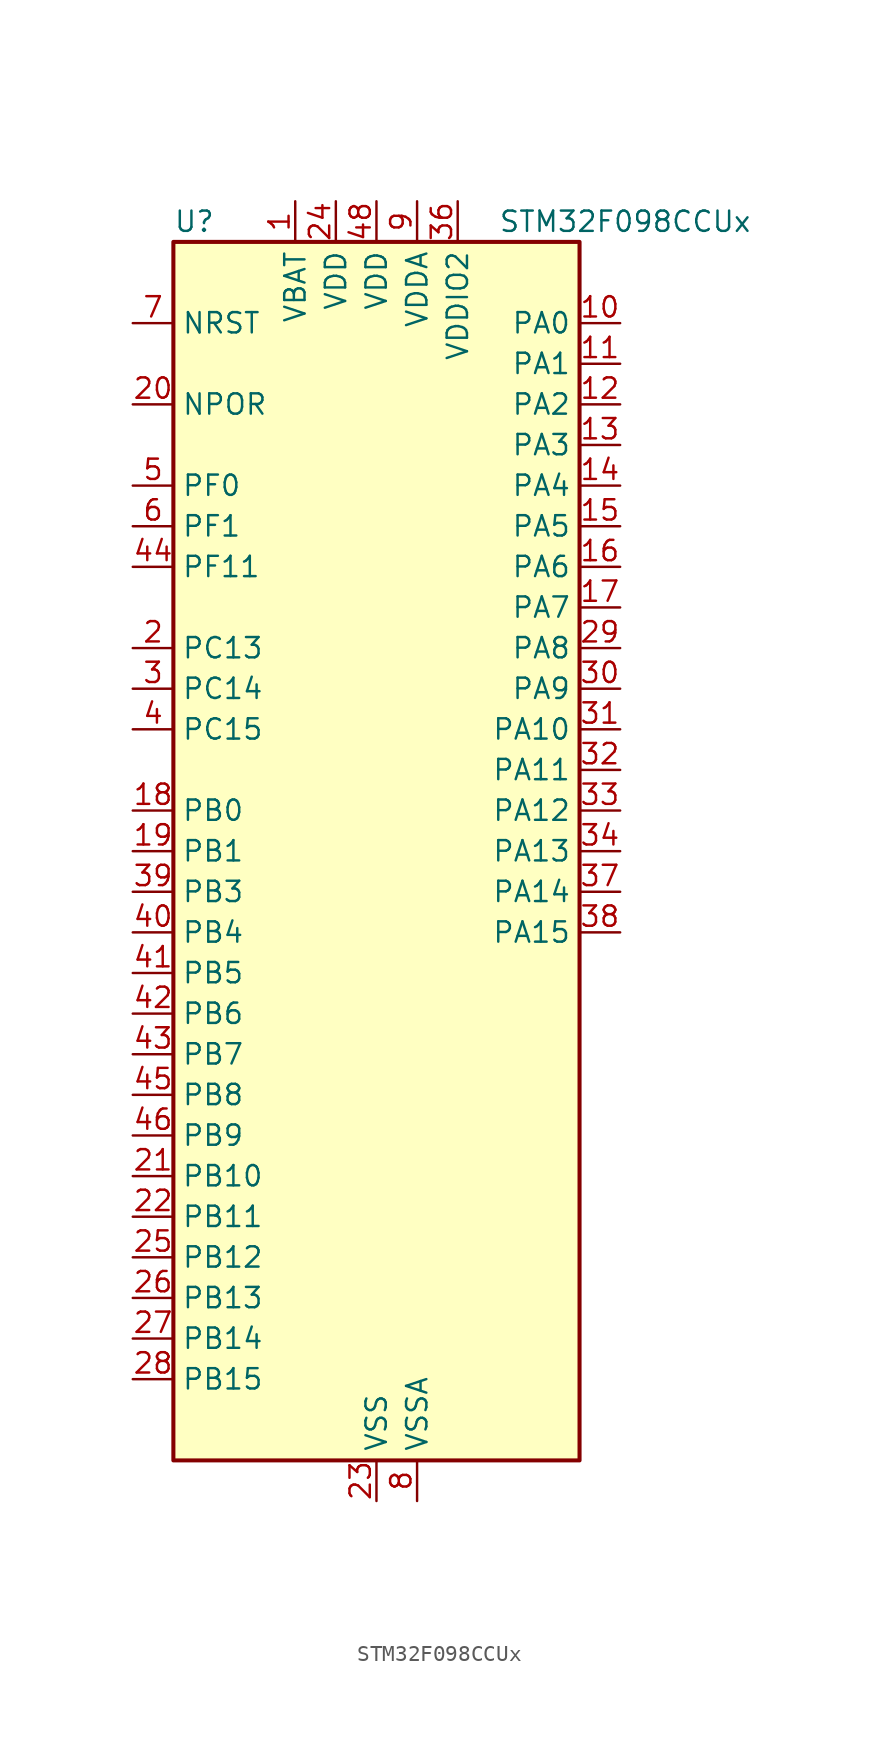
<source format=kicad_sym>
(kicad_symbol_lib
  (version 20241209)
  (generator "kicad_symbol_editor")
  (generator_version "9.0")
  (symbol "STM32F098CCUx"
    (property "Reference" "U"
      (at -12.7 39.37 0)
      (effects (font (size 1.27 1.27)) (justify left)))
    (property "Value" "STM32F098CCUx"
      (at 7.62 39.37 0)
      (effects (font (size 1.27 1.27)) (justify left)))
    (symbol "STM32F098CCUx_0_1"
      (rectangle (start -12.7 -38.1) (end 12.7 38.1) (stroke (width 0.254) (type default)) (fill (type background))))
    (symbol "STM32F098CCUx_1_1"
      (pin input line (at -15.24 33.02 0) (length 2.54) (name "NRST" (effects (font (size 1.27 1.27)))) (number "7" (effects (font (size 1.27 1.27)))))
      (pin input line (at -15.24 27.94 0) (length 2.54) (name "NPOR" (effects (font (size 1.27 1.27)))) (number "20" (effects (font (size 1.27 1.27)))))
      (pin bidirectional line (at -15.24 22.86 0) (length 2.54) (name "PF0" (effects (font (size 1.27 1.27)))) (number "5" (effects (font (size 1.27 1.27)))) (alternate "CRS_SYNC" bidirectional line) (alternate "I2C1_SDA" bidirectional line) (alternate "RCC_OSC_IN" bidirectional line))
      (pin bidirectional line (at -15.24 20.32 0) (length 2.54) (name "PF1" (effects (font (size 1.27 1.27)))) (number "6" (effects (font (size 1.27 1.27)))) (alternate "I2C1_SCL" bidirectional line) (alternate "RCC_OSC_OUT" bidirectional line))
      (pin bidirectional line (at -15.24 17.78 0) (length 2.54) (name "PF11" (effects (font (size 1.27 1.27)))) (number "44" (effects (font (size 1.27 1.27)))))
      (pin bidirectional line (at -15.24 12.7 0) (length 2.54) (name "PC13" (effects (font (size 1.27 1.27)))) (number "2" (effects (font (size 1.27 1.27)))) (alternate "RTC_OUT_ALARM" bidirectional line) (alternate "RTC_OUT_CALIB" bidirectional line) (alternate "RTC_TAMP1" bidirectional line) (alternate "RTC_TS" bidirectional line) (alternate "SYS_WKUP2" bidirectional line))
      (pin bidirectional line (at -15.24 10.16 0) (length 2.54) (name "PC14" (effects (font (size 1.27 1.27)))) (number "3" (effects (font (size 1.27 1.27)))) (alternate "RCC_OSC32_IN" bidirectional line))
      (pin bidirectional line (at -15.24 7.62 0) (length 2.54) (name "PC15" (effects (font (size 1.27 1.27)))) (number "4" (effects (font (size 1.27 1.27)))) (alternate "RCC_OSC32_OUT" bidirectional line))
      (pin bidirectional line (at -15.24 2.54 0) (length 2.54) (name "PB0" (effects (font (size 1.27 1.27)))) (number "18" (effects (font (size 1.27 1.27)))) (alternate "ADC_IN8" bidirectional line) (alternate "TIM1_CH2N" bidirectional line) (alternate "TIM3_CH3" bidirectional line) (alternate "TSC_G3_IO2" bidirectional line) (alternate "USART3_CK" bidirectional line))
      (pin bidirectional line (at -15.24 0 0) (length 2.54) (name "PB1" (effects (font (size 1.27 1.27)))) (number "19" (effects (font (size 1.27 1.27)))) (alternate "ADC_IN9" bidirectional line) (alternate "TIM14_CH1" bidirectional line) (alternate "TIM1_CH3N" bidirectional line) (alternate "TIM3_CH4" bidirectional line) (alternate "TSC_G3_IO3" bidirectional line) (alternate "USART3_DE" bidirectional line) (alternate "USART3_RTS" bidirectional line))
      (pin bidirectional line (at -15.24 -2.54 0) (length 2.54) (name "PB3" (effects (font (size 1.27 1.27)))) (number "39" (effects (font (size 1.27 1.27)))) (alternate "I2S1_CK" bidirectional line) (alternate "SPI1_SCK" bidirectional line) (alternate "TIM2_CH2" bidirectional line) (alternate "TSC_G5_IO1" bidirectional line) (alternate "USART5_TX" bidirectional line))
      (pin bidirectional line (at -15.24 -5.08 0) (length 2.54) (name "PB4" (effects (font (size 1.27 1.27)))) (number "40" (effects (font (size 1.27 1.27)))) (alternate "I2S1_MCK" bidirectional line) (alternate "SPI1_MISO" bidirectional line) (alternate "TIM17_BKIN" bidirectional line) (alternate "TIM3_CH1" bidirectional line) (alternate "TSC_G5_IO2" bidirectional line) (alternate "USART5_RX" bidirectional line))
      (pin bidirectional line (at -15.24 -7.62 0) (length 2.54) (name "PB5" (effects (font (size 1.27 1.27)))) (number "41" (effects (font (size 1.27 1.27)))) (alternate "I2C1_SMBA" bidirectional line) (alternate "I2S1_SD" bidirectional line) (alternate "SPI1_MOSI" bidirectional line) (alternate "SYS_WKUP6" bidirectional line) (alternate "TIM16_BKIN" bidirectional line) (alternate "TIM3_CH2" bidirectional line) (alternate "USART5_CK" bidirectional line) (alternate "USART5_DE" bidirectional line) (alternate "USART5_RTS" bidirectional line))
      (pin bidirectional line (at -15.24 -10.16 0) (length 2.54) (name "PB6" (effects (font (size 1.27 1.27)))) (number "42" (effects (font (size 1.27 1.27)))) (alternate "I2C1_SCL" bidirectional line) (alternate "TIM16_CH1N" bidirectional line) (alternate "TSC_G5_IO3" bidirectional line) (alternate "USART1_TX" bidirectional line))
      (pin bidirectional line (at -15.24 -12.7 0) (length 2.54) (name "PB7" (effects (font (size 1.27 1.27)))) (number "43" (effects (font (size 1.27 1.27)))) (alternate "I2C1_SDA" bidirectional line) (alternate "TIM17_CH1N" bidirectional line) (alternate "TSC_G5_IO4" bidirectional line) (alternate "USART1_RX" bidirectional line) (alternate "USART4_CTS" bidirectional line))
      (pin bidirectional line (at -15.24 -15.24 0) (length 2.54) (name "PB8" (effects (font (size 1.27 1.27)))) (number "45" (effects (font (size 1.27 1.27)))) (alternate "CAN_RX" bidirectional line) (alternate "CEC" bidirectional line) (alternate "I2C1_SCL" bidirectional line) (alternate "TIM16_CH1" bidirectional line) (alternate "TSC_SYNC" bidirectional line))
      (pin bidirectional line (at -15.24 -17.78 0) (length 2.54) (name "PB9" (effects (font (size 1.27 1.27)))) (number "46" (effects (font (size 1.27 1.27)))) (alternate "CAN_TX" bidirectional line) (alternate "DAC_EXTI9" bidirectional line) (alternate "I2C1_SDA" bidirectional line) (alternate "I2S2_WS" bidirectional line) (alternate "IR_OUT" bidirectional line) (alternate "SPI2_NSS" bidirectional line) (alternate "TIM17_CH1" bidirectional line))
      (pin bidirectional line (at -15.24 -20.32 0) (length 2.54) (name "PB10" (effects (font (size 1.27 1.27)))) (number "21" (effects (font (size 1.27 1.27)))) (alternate "CEC" bidirectional line) (alternate "I2C2_SCL" bidirectional line) (alternate "I2S2_CK" bidirectional line) (alternate "SPI2_SCK" bidirectional line) (alternate "TIM2_CH3" bidirectional line) (alternate "TSC_SYNC" bidirectional line) (alternate "USART3_TX" bidirectional line))
      (pin bidirectional line (at -15.24 -22.86 0) (length 2.54) (name "PB11" (effects (font (size 1.27 1.27)))) (number "22" (effects (font (size 1.27 1.27)))) (alternate "I2C2_SDA" bidirectional line) (alternate "TIM2_CH4" bidirectional line) (alternate "TSC_G6_IO1" bidirectional line) (alternate "USART3_RX" bidirectional line))
      (pin bidirectional line (at -15.24 -25.4 0) (length 2.54) (name "PB12" (effects (font (size 1.27 1.27)))) (number "25" (effects (font (size 1.27 1.27)))) (alternate "I2S2_WS" bidirectional line) (alternate "SPI2_NSS" bidirectional line) (alternate "TIM15_BKIN" bidirectional line) (alternate "TIM1_BKIN" bidirectional line) (alternate "TSC_G6_IO2" bidirectional line) (alternate "USART3_CK" bidirectional line))
      (pin bidirectional line (at -15.24 -27.94 0) (length 2.54) (name "PB13" (effects (font (size 1.27 1.27)))) (number "26" (effects (font (size 1.27 1.27)))) (alternate "I2C2_SCL" bidirectional line) (alternate "I2S2_CK" bidirectional line) (alternate "SPI2_SCK" bidirectional line) (alternate "TIM1_CH1N" bidirectional line) (alternate "TSC_G6_IO3" bidirectional line) (alternate "USART3_CTS" bidirectional line))
      (pin bidirectional line (at -15.24 -30.48 0) (length 2.54) (name "PB14" (effects (font (size 1.27 1.27)))) (number "27" (effects (font (size 1.27 1.27)))) (alternate "I2C2_SDA" bidirectional line) (alternate "I2S2_MCK" bidirectional line) (alternate "SPI2_MISO" bidirectional line) (alternate "TIM15_CH1" bidirectional line) (alternate "TIM1_CH2N" bidirectional line) (alternate "TSC_G6_IO4" bidirectional line) (alternate "USART3_DE" bidirectional line) (alternate "USART3_RTS" bidirectional line))
      (pin bidirectional line (at -15.24 -33.02 0) (length 2.54) (name "PB15" (effects (font (size 1.27 1.27)))) (number "28" (effects (font (size 1.27 1.27)))) (alternate "I2S2_SD" bidirectional line) (alternate "RTC_REFIN" bidirectional line) (alternate "SPI2_MOSI" bidirectional line) (alternate "SYS_WKUP7" bidirectional line) (alternate "TIM15_CH1N" bidirectional line) (alternate "TIM15_CH2" bidirectional line) (alternate "TIM1_CH3N" bidirectional line))
      (pin power_in line (at -5.08 40.64 270) (length 2.54) (name "VBAT" (effects (font (size 1.27 1.27)))) (number "1" (effects (font (size 1.27 1.27)))))
      (pin power_in line (at -2.54 40.64 270) (length 2.54) (name "VDD" (effects (font (size 1.27 1.27)))) (number "24" (effects (font (size 1.27 1.27)))))
      (pin power_in line (at 0 40.64 270) (length 2.54) (name "VDD" (effects (font (size 1.27 1.27)))) (number "48" (effects (font (size 1.27 1.27)))))
      (pin power_in line (at 0 -40.64 90) (length 2.54) (name "VSS" (effects (font (size 1.27 1.27)))) (number "23" (effects (font (size 1.27 1.27)))))
      (pin passive line (at 0 -40.64 90) (length 2.54) (hide yes) (name "VSS" (effects (font (size 1.27 1.27)))) (number "35" (effects (font (size 1.27 1.27)))))
      (pin passive line (at 0 -40.64 90) (length 2.54) (hide yes) (name "VSS" (effects (font (size 1.27 1.27)))) (number "47" (effects (font (size 1.27 1.27)))))
      (pin passive line (at 0 -40.64 90) (length 2.54) (hide yes) (name "VSS" (effects (font (size 1.27 1.27)))) (number "49" (effects (font (size 1.27 1.27)))))
      (pin power_in line (at 2.54 40.64 270) (length 2.54) (name "VDDA" (effects (font (size 1.27 1.27)))) (number "9" (effects (font (size 1.27 1.27)))))
      (pin power_in line (at 2.54 -40.64 90) (length 2.54) (name "VSSA" (effects (font (size 1.27 1.27)))) (number "8" (effects (font (size 1.27 1.27)))))
      (pin power_in line (at 5.08 40.64 270) (length 2.54) (name "VDDIO2" (effects (font (size 1.27 1.27)))) (number "36" (effects (font (size 1.27 1.27)))))
      (pin bidirectional line (at 15.24 33.02 180) (length 2.54) (name "PA0" (effects (font (size 1.27 1.27)))) (number "10" (effects (font (size 1.27 1.27)))) (alternate "ADC_IN0" bidirectional line) (alternate "COMP1_INM" bidirectional line) (alternate "COMP1_OUT" bidirectional line) (alternate "RTC_TAMP2" bidirectional line) (alternate "SYS_WKUP1" bidirectional line) (alternate "TIM2_CH1" bidirectional line) (alternate "TIM2_ETR" bidirectional line) (alternate "TSC_G1_IO1" bidirectional line) (alternate "USART2_CTS" bidirectional line) (alternate "USART4_TX" bidirectional line))
      (pin bidirectional line (at 15.24 30.48 180) (length 2.54) (name "PA1" (effects (font (size 1.27 1.27)))) (number "11" (effects (font (size 1.27 1.27)))) (alternate "ADC_IN1" bidirectional line) (alternate "COMP1_INP" bidirectional line) (alternate "TIM15_CH1N" bidirectional line) (alternate "TIM2_CH2" bidirectional line) (alternate "TSC_G1_IO2" bidirectional line) (alternate "USART2_DE" bidirectional line) (alternate "USART2_RTS" bidirectional line) (alternate "USART4_RX" bidirectional line))
      (pin bidirectional line (at 15.24 27.94 180) (length 2.54) (name "PA2" (effects (font (size 1.27 1.27)))) (number "12" (effects (font (size 1.27 1.27)))) (alternate "ADC_IN2" bidirectional line) (alternate "COMP2_INM" bidirectional line) (alternate "COMP2_OUT" bidirectional line) (alternate "SYS_WKUP4" bidirectional line) (alternate "TIM15_CH1" bidirectional line) (alternate "TIM2_CH3" bidirectional line) (alternate "TSC_G1_IO3" bidirectional line) (alternate "USART2_TX" bidirectional line))
      (pin bidirectional line (at 15.24 25.4 180) (length 2.54) (name "PA3" (effects (font (size 1.27 1.27)))) (number "13" (effects (font (size 1.27 1.27)))) (alternate "ADC_IN3" bidirectional line) (alternate "COMP2_INP" bidirectional line) (alternate "TIM15_CH2" bidirectional line) (alternate "TIM2_CH4" bidirectional line) (alternate "TSC_G1_IO4" bidirectional line) (alternate "USART2_RX" bidirectional line))
      (pin bidirectional line (at 15.24 22.86 180) (length 2.54) (name "PA4" (effects (font (size 1.27 1.27)))) (number "14" (effects (font (size 1.27 1.27)))) (alternate "ADC_IN4" bidirectional line) (alternate "COMP1_INM" bidirectional line) (alternate "COMP2_INM" bidirectional line) (alternate "DAC_OUT1" bidirectional line) (alternate "I2S1_WS" bidirectional line) (alternate "SPI1_NSS" bidirectional line) (alternate "TIM14_CH1" bidirectional line) (alternate "TSC_G2_IO1" bidirectional line) (alternate "USART2_CK" bidirectional line) (alternate "USART6_TX" bidirectional line))
      (pin bidirectional line (at 15.24 20.32 180) (length 2.54) (name "PA5" (effects (font (size 1.27 1.27)))) (number "15" (effects (font (size 1.27 1.27)))) (alternate "ADC_IN5" bidirectional line) (alternate "CEC" bidirectional line) (alternate "COMP1_INM" bidirectional line) (alternate "COMP2_INM" bidirectional line) (alternate "DAC_OUT2" bidirectional line) (alternate "I2S1_CK" bidirectional line) (alternate "SPI1_SCK" bidirectional line) (alternate "TIM2_CH1" bidirectional line) (alternate "TIM2_ETR" bidirectional line) (alternate "TSC_G2_IO2" bidirectional line) (alternate "USART6_RX" bidirectional line))
      (pin bidirectional line (at 15.24 17.78 180) (length 2.54) (name "PA6" (effects (font (size 1.27 1.27)))) (number "16" (effects (font (size 1.27 1.27)))) (alternate "ADC_IN6" bidirectional line) (alternate "COMP1_OUT" bidirectional line) (alternate "I2S1_MCK" bidirectional line) (alternate "SPI1_MISO" bidirectional line) (alternate "TIM16_CH1" bidirectional line) (alternate "TIM1_BKIN" bidirectional line) (alternate "TIM3_CH1" bidirectional line) (alternate "TSC_G2_IO3" bidirectional line) (alternate "USART3_CTS" bidirectional line))
      (pin bidirectional line (at 15.24 15.24 180) (length 2.54) (name "PA7" (effects (font (size 1.27 1.27)))) (number "17" (effects (font (size 1.27 1.27)))) (alternate "ADC_IN7" bidirectional line) (alternate "COMP2_OUT" bidirectional line) (alternate "I2S1_SD" bidirectional line) (alternate "SPI1_MOSI" bidirectional line) (alternate "TIM14_CH1" bidirectional line) (alternate "TIM17_CH1" bidirectional line) (alternate "TIM1_CH1N" bidirectional line) (alternate "TIM3_CH2" bidirectional line) (alternate "TSC_G2_IO4" bidirectional line))
      (pin bidirectional line (at 15.24 12.7 180) (length 2.54) (name "PA8" (effects (font (size 1.27 1.27)))) (number "29" (effects (font (size 1.27 1.27)))) (alternate "CRS_SYNC" bidirectional line) (alternate "RCC_MCO" bidirectional line) (alternate "TIM1_CH1" bidirectional line) (alternate "USART1_CK" bidirectional line))
      (pin bidirectional line (at 15.24 10.16 180) (length 2.54) (name "PA9" (effects (font (size 1.27 1.27)))) (number "30" (effects (font (size 1.27 1.27)))) (alternate "DAC_EXTI9" bidirectional line) (alternate "I2C1_SCL" bidirectional line) (alternate "RCC_MCO" bidirectional line) (alternate "TIM15_BKIN" bidirectional line) (alternate "TIM1_CH2" bidirectional line) (alternate "TSC_G4_IO1" bidirectional line) (alternate "USART1_TX" bidirectional line))
      (pin bidirectional line (at 15.24 7.62 180) (length 2.54) (name "PA10" (effects (font (size 1.27 1.27)))) (number "31" (effects (font (size 1.27 1.27)))) (alternate "I2C1_SDA" bidirectional line) (alternate "TIM17_BKIN" bidirectional line) (alternate "TIM1_CH3" bidirectional line) (alternate "TSC_G4_IO2" bidirectional line) (alternate "USART1_RX" bidirectional line))
      (pin bidirectional line (at 15.24 5.08 180) (length 2.54) (name "PA11" (effects (font (size 1.27 1.27)))) (number "32" (effects (font (size 1.27 1.27)))) (alternate "CAN_RX" bidirectional line) (alternate "COMP1_OUT" bidirectional line) (alternate "I2C2_SCL" bidirectional line) (alternate "TIM1_CH4" bidirectional line) (alternate "TSC_G4_IO3" bidirectional line) (alternate "USART1_CTS" bidirectional line))
      (pin bidirectional line (at 15.24 2.54 180) (length 2.54) (name "PA12" (effects (font (size 1.27 1.27)))) (number "33" (effects (font (size 1.27 1.27)))) (alternate "CAN_TX" bidirectional line) (alternate "COMP2_OUT" bidirectional line) (alternate "I2C2_SDA" bidirectional line) (alternate "TIM1_ETR" bidirectional line) (alternate "TSC_G4_IO4" bidirectional line) (alternate "USART1_DE" bidirectional line) (alternate "USART1_RTS" bidirectional line))
      (pin bidirectional line (at 15.24 0 180) (length 2.54) (name "PA13" (effects (font (size 1.27 1.27)))) (number "34" (effects (font (size 1.27 1.27)))) (alternate "IR_OUT" bidirectional line) (alternate "SYS_SWDIO" bidirectional line))
      (pin bidirectional line (at 15.24 -2.54 180) (length 2.54) (name "PA14" (effects (font (size 1.27 1.27)))) (number "37" (effects (font (size 1.27 1.27)))) (alternate "SYS_SWCLK" bidirectional line) (alternate "USART2_TX" bidirectional line))
      (pin bidirectional line (at 15.24 -5.08 180) (length 2.54) (name "PA15" (effects (font (size 1.27 1.27)))) (number "38" (effects (font (size 1.27 1.27)))) (alternate "I2S1_WS" bidirectional line) (alternate "SPI1_NSS" bidirectional line) (alternate "TIM2_CH1" bidirectional line) (alternate "TIM2_ETR" bidirectional line) (alternate "USART2_RX" bidirectional line) (alternate "USART4_DE" bidirectional line) (alternate "USART4_RTS" bidirectional line)))))
</source>
